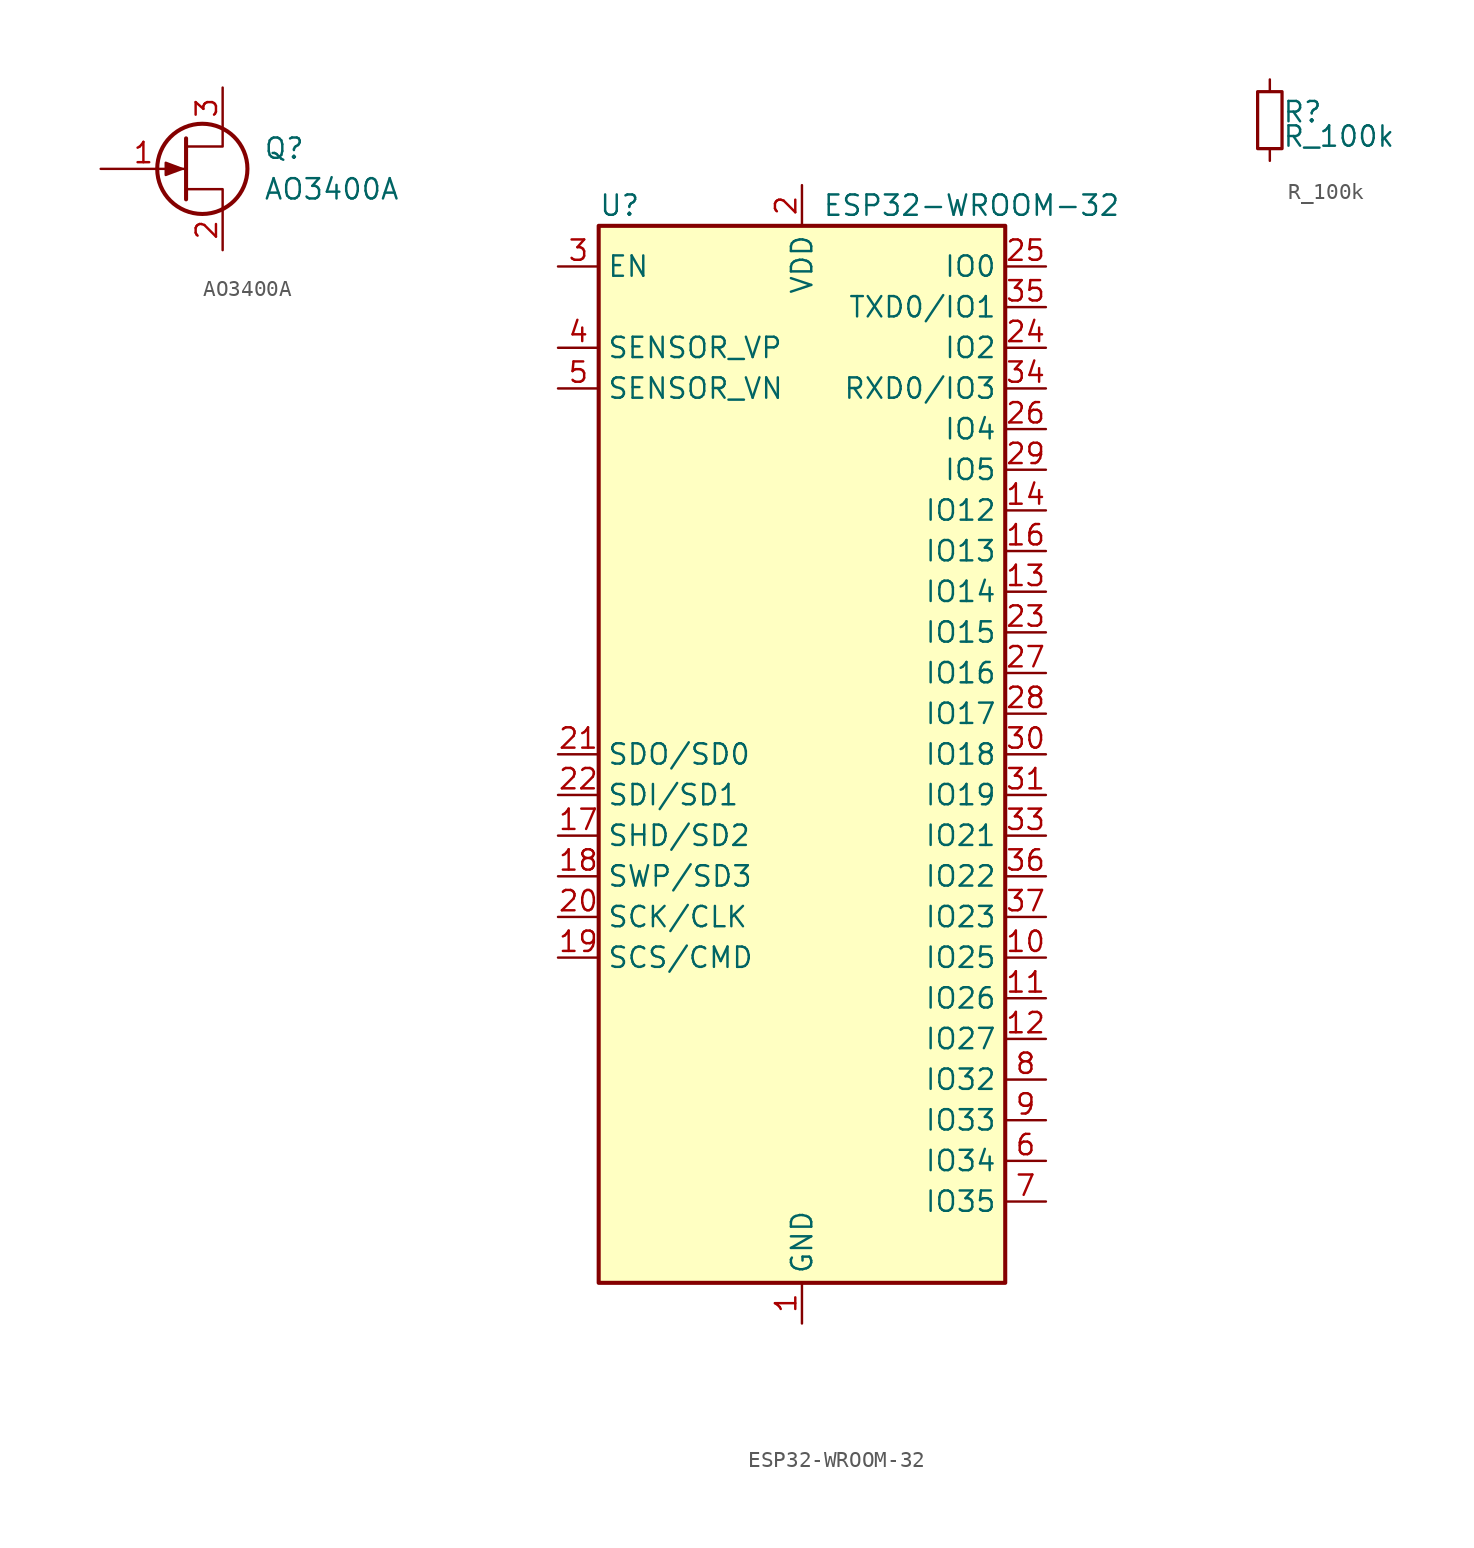
<source format=kicad_sym>
(kicad_symbol_lib
  (version 20231120)
  (generator "kicad_symbol_editor")
  (generator_version "8.0")
  (symbol "AO3400A"
    (pin_names
      (offset 0) hide)
    (property "Reference" "Q"
      (at 5.08 1.27 0)
      (effects (font (size 1.27 1.27)) (justify left)))
    (property "Value" "AO3400A"
      (at 5.08 -1.27 0)
      (effects (font (size 1.27 1.27)) (justify left)))
    (symbol "AO3400A_0_1"
      (polyline (pts (xy 0.254 1.905) (xy 0.254 -1.905) (xy 0.254 -1.905)) (stroke (width 0.254) (type default)) (fill (type none)))
      (polyline (pts (xy 2.54 -2.54) (xy 2.54 -1.27) (xy 0.254 -1.27)) (stroke (width 0) (type default)) (fill (type none)))
      (polyline (pts (xy 2.54 2.54) (xy 2.54 1.397) (xy 0.254 1.397)) (stroke (width 0) (type default)) (fill (type none)))
      (polyline (pts (xy 0 0) (xy -1.016 0.381) (xy -1.016 -0.381) (xy 0 0)) (stroke (width 0) (type default)) (fill (type outline)))
      (circle (center 1.27 0) (radius 2.819) (stroke (width 0.254) (type default)) (fill (type none))))
    (symbol "AO3400A_1_1"
      (pin input line (at -5.08 0 0) (length 5.334) (name "G" (effects (font (size 1.27 1.27)))) (number "1" (effects (font (size 1.27 1.27)))))
      (pin passive line (at 2.54 -5.08 90) (length 2.54) (name "S" (effects (font (size 1.27 1.27)))) (number "2" (effects (font (size 1.27 1.27)))))
      (pin passive line (at 2.54 5.08 270) (length 2.54) (name "D" (effects (font (size 1.27 1.27)))) (number "3" (effects (font (size 1.27 1.27)))))))
  (symbol "ESP32-WROOM-32"
    (property "Reference" "U"
      (at -12.7 34.29 0)
      (effects (font (size 1.27 1.27)) (justify left)))
    (property "Value" "ESP32-WROOM-32"
      (at 1.27 34.29 0)
      (effects (font (size 1.27 1.27)) (justify left)))
    (symbol "ESP32-WROOM-32_0_1"
      (rectangle (start -12.7 33.02) (end 12.7 -33.02) (stroke (width 0.254) (type default)) (fill (type background))))
    (symbol "ESP32-WROOM-32_1_1"
      (pin power_in line (at 0 -35.56 90) (length 2.54) (name "GND" (effects (font (size 1.27 1.27)))) (number "1" (effects (font (size 1.27 1.27)))))
      (pin bidirectional line (at 15.24 -12.7 180) (length 2.54) (name "IO25" (effects (font (size 1.27 1.27)))) (number "10" (effects (font (size 1.27 1.27)))))
      (pin bidirectional line (at 15.24 -15.24 180) (length 2.54) (name "IO26" (effects (font (size 1.27 1.27)))) (number "11" (effects (font (size 1.27 1.27)))))
      (pin bidirectional line (at 15.24 -17.78 180) (length 2.54) (name "IO27" (effects (font (size 1.27 1.27)))) (number "12" (effects (font (size 1.27 1.27)))))
      (pin bidirectional line (at 15.24 10.16 180) (length 2.54) (name "IO14" (effects (font (size 1.27 1.27)))) (number "13" (effects (font (size 1.27 1.27)))))
      (pin bidirectional line (at 15.24 15.24 180) (length 2.54) (name "IO12" (effects (font (size 1.27 1.27)))) (number "14" (effects (font (size 1.27 1.27)))))
      (pin passive line (at 0 -35.56 90) (length 2.54) hide (name "GND" (effects (font (size 1.27 1.27)))) (number "15" (effects (font (size 1.27 1.27)))))
      (pin bidirectional line (at 15.24 12.7 180) (length 2.54) (name "IO13" (effects (font (size 1.27 1.27)))) (number "16" (effects (font (size 1.27 1.27)))))
      (pin bidirectional line (at -15.24 -5.08 0) (length 2.54) (name "SHD/SD2" (effects (font (size 1.27 1.27)))) (number "17" (effects (font (size 1.27 1.27)))))
      (pin bidirectional line (at -15.24 -7.62 0) (length 2.54) (name "SWP/SD3" (effects (font (size 1.27 1.27)))) (number "18" (effects (font (size 1.27 1.27)))))
      (pin bidirectional line (at -15.24 -12.7 0) (length 2.54) (name "SCS/CMD" (effects (font (size 1.27 1.27)))) (number "19" (effects (font (size 1.27 1.27)))))
      (pin power_in line (at 0 35.56 270) (length 2.54) (name "VDD" (effects (font (size 1.27 1.27)))) (number "2" (effects (font (size 1.27 1.27)))))
      (pin bidirectional line (at -15.24 -10.16 0) (length 2.54) (name "SCK/CLK" (effects (font (size 1.27 1.27)))) (number "20" (effects (font (size 1.27 1.27)))))
      (pin bidirectional line (at -15.24 0 0) (length 2.54) (name "SDO/SD0" (effects (font (size 1.27 1.27)))) (number "21" (effects (font (size 1.27 1.27)))))
      (pin bidirectional line (at -15.24 -2.54 0) (length 2.54) (name "SDI/SD1" (effects (font (size 1.27 1.27)))) (number "22" (effects (font (size 1.27 1.27)))))
      (pin bidirectional line (at 15.24 7.62 180) (length 2.54) (name "IO15" (effects (font (size 1.27 1.27)))) (number "23" (effects (font (size 1.27 1.27)))))
      (pin bidirectional line (at 15.24 25.4 180) (length 2.54) (name "IO2" (effects (font (size 1.27 1.27)))) (number "24" (effects (font (size 1.27 1.27)))))
      (pin bidirectional line (at 15.24 30.48 180) (length 2.54) (name "IO0" (effects (font (size 1.27 1.27)))) (number "25" (effects (font (size 1.27 1.27)))))
      (pin bidirectional line (at 15.24 20.32 180) (length 2.54) (name "IO4" (effects (font (size 1.27 1.27)))) (number "26" (effects (font (size 1.27 1.27)))))
      (pin bidirectional line (at 15.24 5.08 180) (length 2.54) (name "IO16" (effects (font (size 1.27 1.27)))) (number "27" (effects (font (size 1.27 1.27)))))
      (pin bidirectional line (at 15.24 2.54 180) (length 2.54) (name "IO17" (effects (font (size 1.27 1.27)))) (number "28" (effects (font (size 1.27 1.27)))))
      (pin bidirectional line (at 15.24 17.78 180) (length 2.54) (name "IO5" (effects (font (size 1.27 1.27)))) (number "29" (effects (font (size 1.27 1.27)))))
      (pin input line (at -15.24 30.48 0) (length 2.54) (name "EN" (effects (font (size 1.27 1.27)))) (number "3" (effects (font (size 1.27 1.27)))))
      (pin bidirectional line (at 15.24 0 180) (length 2.54) (name "IO18" (effects (font (size 1.27 1.27)))) (number "30" (effects (font (size 1.27 1.27)))))
      (pin bidirectional line (at 15.24 -2.54 180) (length 2.54) (name "IO19" (effects (font (size 1.27 1.27)))) (number "31" (effects (font (size 1.27 1.27)))))
      (pin no_connect line (at -12.7 -27.94 0) (length 2.54) hide (name "NC" (effects (font (size 1.27 1.27)))) (number "32" (effects (font (size 1.27 1.27)))))
      (pin bidirectional line (at 15.24 -5.08 180) (length 2.54) (name "IO21" (effects (font (size 1.27 1.27)))) (number "33" (effects (font (size 1.27 1.27)))))
      (pin bidirectional line (at 15.24 22.86 180) (length 2.54) (name "RXD0/IO3" (effects (font (size 1.27 1.27)))) (number "34" (effects (font (size 1.27 1.27)))))
      (pin bidirectional line (at 15.24 27.94 180) (length 2.54) (name "TXD0/IO1" (effects (font (size 1.27 1.27)))) (number "35" (effects (font (size 1.27 1.27)))))
      (pin bidirectional line (at 15.24 -7.62 180) (length 2.54) (name "IO22" (effects (font (size 1.27 1.27)))) (number "36" (effects (font (size 1.27 1.27)))))
      (pin bidirectional line (at 15.24 -10.16 180) (length 2.54) (name "IO23" (effects (font (size 1.27 1.27)))) (number "37" (effects (font (size 1.27 1.27)))))
      (pin passive line (at 0 -35.56 90) (length 2.54) hide (name "GND" (effects (font (size 1.27 1.27)))) (number "38" (effects (font (size 1.27 1.27)))))
      (pin passive line (at 0 -35.56 90) (length 2.54) hide (name "GND" (effects (font (size 1.27 1.27)))) (number "39" (effects (font (size 1.27 1.27)))))
      (pin input line (at -15.24 25.4 0) (length 2.54) (name "SENSOR_VP" (effects (font (size 1.27 1.27)))) (number "4" (effects (font (size 1.27 1.27)))))
      (pin input line (at -15.24 22.86 0) (length 2.54) (name "SENSOR_VN" (effects (font (size 1.27 1.27)))) (number "5" (effects (font (size 1.27 1.27)))))
      (pin input line (at 15.24 -25.4 180) (length 2.54) (name "IO34" (effects (font (size 1.27 1.27)))) (number "6" (effects (font (size 1.27 1.27)))))
      (pin input line (at 15.24 -27.94 180) (length 2.54) (name "IO35" (effects (font (size 1.27 1.27)))) (number "7" (effects (font (size 1.27 1.27)))))
      (pin bidirectional line (at 15.24 -20.32 180) (length 2.54) (name "IO32" (effects (font (size 1.27 1.27)))) (number "8" (effects (font (size 1.27 1.27)))))
      (pin bidirectional line (at 15.24 -22.86 180) (length 2.54) (name "IO33" (effects (font (size 1.27 1.27)))) (number "9" (effects (font (size 1.27 1.27)))))))
  (symbol "R_100k"
    (pin_numbers hide)
    (pin_names
      (offset 0.254) hide)
    (property "Reference" "R"
      (at 0.762 0.508 0)
      (effects (font (size 1.27 1.27)) (justify left)))
    (property "Value" "R_100k"
      (at 0.762 -1.016 0)
      (effects (font (size 1.27 1.27)) (justify left)))
    (symbol "R_100k_0_1"
      (rectangle (start -0.762 1.778) (end 0.762 -1.778) (stroke (width 0.203) (type default)) (fill (type none))))
    (symbol "R_100k_1_1"
      (pin passive line (at 0 2.54 270) (length 0.762) (name "~" (effects (font (size 1.27 1.27)))) (number "1" (effects (font (size 1.27 1.27)))))
      (pin passive line (at 0 -2.54 90) (length 0.762) (name "~" (effects (font (size 1.27 1.27)))) (number "2" (effects (font (size 1.27 1.27))))))))
</source>
